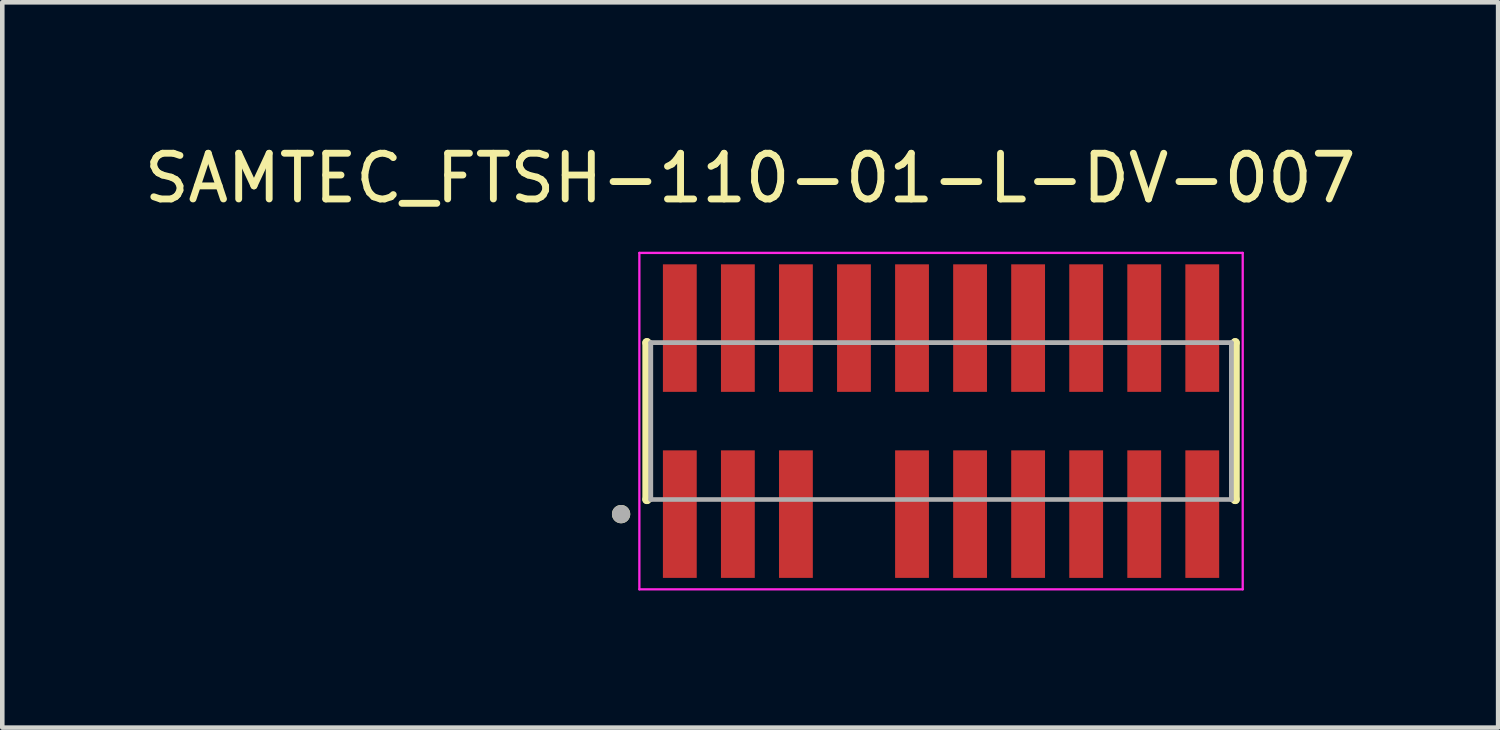
<source format=kicad_pcb>
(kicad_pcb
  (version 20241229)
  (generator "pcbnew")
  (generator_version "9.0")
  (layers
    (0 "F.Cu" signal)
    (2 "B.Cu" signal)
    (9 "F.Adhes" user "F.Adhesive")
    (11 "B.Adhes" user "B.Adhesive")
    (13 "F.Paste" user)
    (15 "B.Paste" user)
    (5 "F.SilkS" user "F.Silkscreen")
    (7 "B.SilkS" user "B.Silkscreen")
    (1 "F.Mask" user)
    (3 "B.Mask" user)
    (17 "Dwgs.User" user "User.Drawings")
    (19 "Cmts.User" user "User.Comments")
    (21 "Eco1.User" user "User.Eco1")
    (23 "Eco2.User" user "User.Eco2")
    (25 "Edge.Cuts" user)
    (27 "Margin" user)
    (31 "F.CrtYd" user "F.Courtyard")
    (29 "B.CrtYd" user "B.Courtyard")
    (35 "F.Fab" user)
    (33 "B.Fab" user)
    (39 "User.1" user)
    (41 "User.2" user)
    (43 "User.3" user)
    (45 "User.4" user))
  (footprint "SAMTEC_FTSH-110-01-L-DV-007"
    (layer "F.Cu")
    (at 17.538 6.163)
    (property "Reference" "SAMTEC_FTSH-110-01-L-DV-007" (at -4.175 -5.315 0) (layer "F.SilkS") (effects (font (size 1 1) (thickness 0.15))))
    (attr smd)
    (fp_line (start -6.435 -1.715) (end -6.435 -1.715) (stroke (width 0.2) (type solid)) (layer "F.SilkS"))
    (fp_line (start -6.435 1.715) (end -6.435 -1.715) (stroke (width 0.2) (type solid)) (layer "F.SilkS"))
    (fp_line (start -6.435 1.715) (end -6.435 1.715) (stroke (width 0.2) (type solid)) (layer "F.SilkS"))
    (fp_line (start 6.435 -1.715) (end 6.435 -1.715) (stroke (width 0.2) (type solid)) (layer "F.SilkS"))
    (fp_line (start 6.435 -1.715) (end 6.435 1.715) (stroke (width 0.2) (type solid)) (layer "F.SilkS"))
    (fp_line (start 6.435 1.715) (end 6.435 1.715) (stroke (width 0.2) (type solid)) (layer "F.SilkS"))
    (fp_circle (center -7 2.035) (end -6.9 2.035) (stroke (width 0.2) (type solid)) (fill no) (layer "F.SilkS"))
    (fp_line (start -6.6 -3.68) (end 6.6 -3.68) (stroke (width 0.05) (type solid)) (layer "F.CrtYd"))
    (fp_line (start -6.6 3.68) (end -6.6 -3.68) (stroke (width 0.05) (type solid)) (layer "F.CrtYd"))
    (fp_line (start 6.6 -3.68) (end 6.6 3.68) (stroke (width 0.05) (type solid)) (layer "F.CrtYd"))
    (fp_line (start 6.6 3.68) (end -6.6 3.68) (stroke (width 0.05) (type solid)) (layer "F.CrtYd"))
    (fp_line (start -6.35 -1.715) (end 6.35 -1.715) (stroke (width 0.1) (type solid)) (layer "F.Fab"))
    (fp_line (start -6.35 -1.715) (end 6.35 -1.715) (stroke (width 0.1) (type solid)) (layer "F.Fab"))
    (fp_line (start -6.35 1.715) (end -6.35 -1.715) (stroke (width 0.1) (type solid)) (layer "F.Fab"))
    (fp_line (start -6.35 1.715) (end -6.35 -1.715) (stroke (width 0.1) (type solid)) (layer "F.Fab"))
    (fp_line (start 6.35 -1.715) (end 6.35 1.715) (stroke (width 0.1) (type solid)) (layer "F.Fab"))
    (fp_line (start 6.35 -1.715) (end 6.35 1.715) (stroke (width 0.1) (type solid)) (layer "F.Fab"))
    (fp_line (start 6.35 1.715) (end -6.35 1.715) (stroke (width 0.1) (type solid)) (layer "F.Fab"))
    (fp_circle (center -7 2.035) (end -6.9 2.035) (stroke (width 0.2) (type solid)) (fill no) (layer "F.Fab"))
    (pad "01" smd rect (at -5.715 2.035) (size 0.74 2.79) (layers "F.Cu" "F.Mask" "F.Paste"))
    (pad "02" smd rect (at -5.715 -2.035) (size 0.74 2.79) (layers "F.Cu" "F.Mask" "F.Paste"))
    (pad "03" smd rect (at -4.445 2.035) (size 0.74 2.79) (layers "F.Cu" "F.Mask" "F.Paste"))
    (pad "04" smd rect (at -4.445 -2.035) (size 0.74 2.79) (layers "F.Cu" "F.Mask" "F.Paste"))
    (pad "05" smd rect (at -3.175 2.035) (size 0.74 2.79) (layers "F.Cu" "F.Mask" "F.Paste"))
    (pad "06" smd rect (at -3.175 -2.035) (size 0.74 2.79) (layers "F.Cu" "F.Mask" "F.Paste"))
    (pad "08" smd rect (at -1.905 -2.035) (size 0.74 2.79) (layers "F.Cu" "F.Mask" "F.Paste"))
    (pad "09" smd rect (at -0.635 2.035) (size 0.74 2.79) (layers "F.Cu" "F.Mask" "F.Paste"))
    (pad "10" smd rect (at -0.635 -2.035) (size 0.74 2.79) (layers "F.Cu" "F.Mask" "F.Paste"))
    (pad "11" smd rect (at 0.635 2.035) (size 0.74 2.79) (layers "F.Cu" "F.Mask" "F.Paste"))
    (pad "12" smd rect (at 0.635 -2.035) (size 0.74 2.79) (layers "F.Cu" "F.Mask" "F.Paste"))
    (pad "13" smd rect (at 1.905 2.035) (size 0.74 2.79) (layers "F.Cu" "F.Mask" "F.Paste"))
    (pad "14" smd rect (at 1.905 -2.035) (size 0.74 2.79) (layers "F.Cu" "F.Mask" "F.Paste"))
    (pad "15" smd rect (at 3.175 2.035) (size 0.74 2.79) (layers "F.Cu" "F.Mask" "F.Paste"))
    (pad "16" smd rect (at 3.175 -2.035) (size 0.74 2.79) (layers "F.Cu" "F.Mask" "F.Paste"))
    (pad "17" smd rect (at 4.445 2.035) (size 0.74 2.79) (layers "F.Cu" "F.Mask" "F.Paste"))
    (pad "18" smd rect (at 4.445 -2.035) (size 0.74 2.79) (layers "F.Cu" "F.Mask" "F.Paste"))
    (pad "19" smd rect (at 5.715 2.035) (size 0.74 2.79) (layers "F.Cu" "F.Mask" "F.Paste"))
    (pad "20" smd rect (at 5.715 -2.035) (size 0.74 2.79) (layers "F.Cu" "F.Mask" "F.Paste")))
  (gr_rect
    (start -3 -3)
    (end 29.726 12.868)
    (stroke (width 0.1) (type default))
    (fill no)
    (layer "Edge.Cuts")))
</source>
